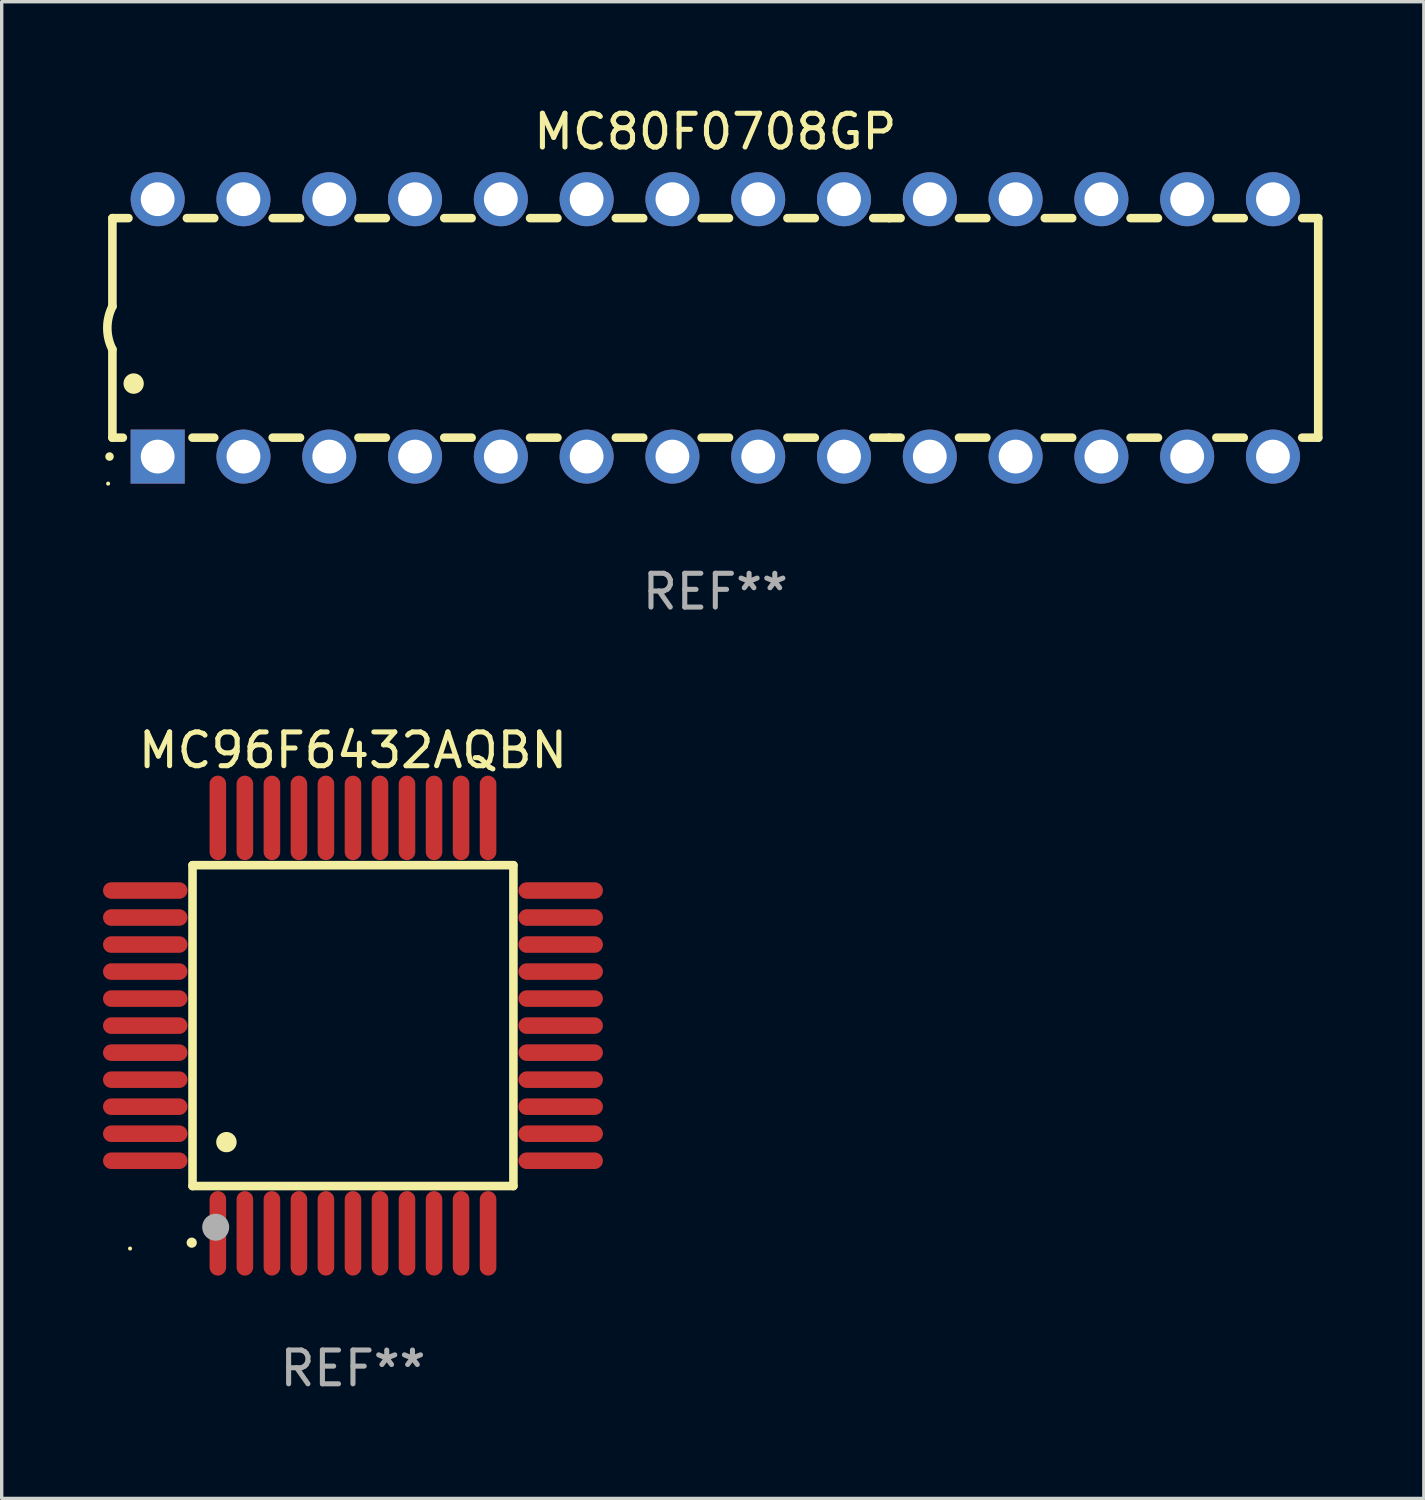
<source format=kicad_pcb>
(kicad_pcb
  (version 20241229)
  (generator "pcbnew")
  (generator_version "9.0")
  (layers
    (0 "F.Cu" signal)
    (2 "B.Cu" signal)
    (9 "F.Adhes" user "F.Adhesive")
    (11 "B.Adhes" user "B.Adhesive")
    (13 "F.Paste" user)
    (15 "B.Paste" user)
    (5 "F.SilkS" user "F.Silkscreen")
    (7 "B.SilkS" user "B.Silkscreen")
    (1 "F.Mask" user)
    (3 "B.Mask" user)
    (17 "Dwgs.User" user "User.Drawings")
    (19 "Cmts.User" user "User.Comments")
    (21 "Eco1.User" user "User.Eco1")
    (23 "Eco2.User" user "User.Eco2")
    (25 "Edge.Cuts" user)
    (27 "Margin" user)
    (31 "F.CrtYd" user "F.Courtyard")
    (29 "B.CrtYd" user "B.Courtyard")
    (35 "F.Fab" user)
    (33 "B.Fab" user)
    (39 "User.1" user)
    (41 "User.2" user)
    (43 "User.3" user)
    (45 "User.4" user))
  (footprint "MC96F6432AQBN"
    (layer "F.Cu")
    (at 7.4 27.315)
    (property "Reference" "MC96F6432AQBN" (at 0 -8.15 0) (layer "F.SilkS") (effects (font (size 1 1) (thickness 0.15))))
    (attr through_hole)
    (fp_line (start -4.75 -4.75) (end 4.75 -4.75) (stroke (width 0.254) (type solid)) (layer "F.SilkS"))
    (fp_line (start -4.75 4.75) (end -4.75 -4.75) (stroke (width 0.254) (type solid)) (layer "F.SilkS"))
    (fp_line (start 4.75 -4.75) (end 4.75 4.75) (stroke (width 0.254) (type solid)) (layer "F.SilkS"))
    (fp_line (start 4.75 4.75) (end -4.75 4.75) (stroke (width 0.254) (type solid)) (layer "F.SilkS"))
    (fp_arc (start -4.77521 6.426213) (mid -4.77394 6.426208) (end -4.77267 6.426213) (stroke (width 0.3) (type solid)) (layer "F.SilkS"))
    (fp_arc (start -3.749047 3.449327) (mid -3.746507 3.449316) (end -3.743967 3.449327) (stroke (width 0.6) (type solid)) (layer "F.SilkS"))
    (fp_circle (center -6.6 6.6) (end -6.57 6.6) (stroke (width 0.06) (type solid)) (fill no) (layer "F.SilkS"))
    (fp_circle (center -4.064 5.969) (end -3.864 5.969) (stroke (width 0.4) (type solid)) (fill no) (layer "F.Fab"))
    (fp_text user "REF**" (at 0 10.15 0) (layer "F.Fab") (effects (font (size 1 1) (thickness 0.15))))
    (pad "1" smd oval (at -4 6.15) (size 0.49 2.5) (layers "F.Cu" "F.Mask" "F.Paste"))
    (pad "2" smd oval (at -3.2 6.15) (size 0.49 2.5) (layers "F.Cu" "F.Mask" "F.Paste"))
    (pad "3" smd oval (at -2.4 6.15) (size 0.49 2.5) (layers "F.Cu" "F.Mask" "F.Paste"))
    (pad "4" smd oval (at -1.6 6.15) (size 0.49 2.5) (layers "F.Cu" "F.Mask" "F.Paste"))
    (pad "5" smd oval (at -0.8 6.15) (size 0.49 2.5) (layers "F.Cu" "F.Mask" "F.Paste"))
    (pad "6" smd oval (at 0 6.15) (size 0.49 2.5) (layers "F.Cu" "F.Mask" "F.Paste"))
    (pad "7" smd oval (at 0.8 6.15) (size 0.49 2.5) (layers "F.Cu" "F.Mask" "F.Paste"))
    (pad "8" smd oval (at 1.6 6.15) (size 0.49 2.5) (layers "F.Cu" "F.Mask" "F.Paste"))
    (pad "9" smd oval (at 2.4 6.15) (size 0.49 2.5) (layers "F.Cu" "F.Mask" "F.Paste"))
    (pad "10" smd oval (at 3.2 6.15) (size 0.49 2.5) (layers "F.Cu" "F.Mask" "F.Paste"))
    (pad "11" smd oval (at 4 6.15) (size 0.49 2.5) (layers "F.Cu" "F.Mask" "F.Paste"))
    (pad "12" smd oval (at 6.15 4) (size 2.5 0.49) (layers "F.Cu" "F.Mask" "F.Paste"))
    (pad "13" smd oval (at 6.15 3.2) (size 2.5 0.49) (layers "F.Cu" "F.Mask" "F.Paste"))
    (pad "14" smd oval (at 6.15 2.4) (size 2.5 0.49) (layers "F.Cu" "F.Mask" "F.Paste"))
    (pad "15" smd oval (at 6.15 1.6) (size 2.5 0.49) (layers "F.Cu" "F.Mask" "F.Paste"))
    (pad "16" smd oval (at 6.15 0.8) (size 2.5 0.49) (layers "F.Cu" "F.Mask" "F.Paste"))
    (pad "17" smd oval (at 6.15 0) (size 2.5 0.49) (layers "F.Cu" "F.Mask" "F.Paste"))
    (pad "18" smd oval (at 6.15 -0.8) (size 2.5 0.49) (layers "F.Cu" "F.Mask" "F.Paste"))
    (pad "19" smd oval (at 6.15 -1.6) (size 2.5 0.49) (layers "F.Cu" "F.Mask" "F.Paste"))
    (pad "20" smd oval (at 6.15 -2.4) (size 2.5 0.49) (layers "F.Cu" "F.Mask" "F.Paste"))
    (pad "21" smd oval (at 6.15 -3.2) (size 2.5 0.49) (layers "F.Cu" "F.Mask" "F.Paste"))
    (pad "22" smd oval (at 6.15 -4) (size 2.5 0.49) (layers "F.Cu" "F.Mask" "F.Paste"))
    (pad "23" smd oval (at 4 -6.15) (size 0.49 2.5) (layers "F.Cu" "F.Mask" "F.Paste"))
    (pad "24" smd oval (at 3.2 -6.15) (size 0.49 2.5) (layers "F.Cu" "F.Mask" "F.Paste"))
    (pad "25" smd oval (at 2.4 -6.15) (size 0.49 2.5) (layers "F.Cu" "F.Mask" "F.Paste"))
    (pad "26" smd oval (at 1.6 -6.15) (size 0.49 2.5) (layers "F.Cu" "F.Mask" "F.Paste"))
    (pad "27" smd oval (at 0.8 -6.15) (size 0.49 2.5) (layers "F.Cu" "F.Mask" "F.Paste"))
    (pad "28" smd oval (at 0 -6.15) (size 0.49 2.5) (layers "F.Cu" "F.Mask" "F.Paste"))
    (pad "29" smd oval (at -0.8 -6.15) (size 0.49 2.5) (layers "F.Cu" "F.Mask" "F.Paste"))
    (pad "30" smd oval (at -1.6 -6.15) (size 0.49 2.5) (layers "F.Cu" "F.Mask" "F.Paste"))
    (pad "31" smd oval (at -2.4 -6.15) (size 0.49 2.5) (layers "F.Cu" "F.Mask" "F.Paste"))
    (pad "32" smd oval (at -3.2 -6.15) (size 0.49 2.5) (layers "F.Cu" "F.Mask" "F.Paste"))
    (pad "33" smd oval (at -4 -6.15) (size 0.49 2.5) (layers "F.Cu" "F.Mask" "F.Paste"))
    (pad "34" smd oval (at -6.15 -4) (size 2.5 0.49) (layers "F.Cu" "F.Mask" "F.Paste"))
    (pad "35" smd oval (at -6.15 -3.2) (size 2.5 0.49) (layers "F.Cu" "F.Mask" "F.Paste"))
    (pad "36" smd oval (at -6.15 -2.4) (size 2.5 0.49) (layers "F.Cu" "F.Mask" "F.Paste"))
    (pad "37" smd oval (at -6.15 -1.6) (size 2.5 0.49) (layers "F.Cu" "F.Mask" "F.Paste"))
    (pad "38" smd oval (at -6.15 -0.8) (size 2.5 0.49) (layers "F.Cu" "F.Mask" "F.Paste"))
    (pad "39" smd oval (at -6.15 0) (size 2.5 0.49) (layers "F.Cu" "F.Mask" "F.Paste"))
    (pad "40" smd oval (at -6.15 0.8) (size 2.5 0.49) (layers "F.Cu" "F.Mask" "F.Paste"))
    (pad "41" smd oval (at -6.15 1.6) (size 2.5 0.49) (layers "F.Cu" "F.Mask" "F.Paste"))
    (pad "42" smd oval (at -6.15 2.4) (size 2.5 0.49) (layers "F.Cu" "F.Mask" "F.Paste"))
    (pad "43" smd oval (at -6.15 3.2) (size 2.5 0.49) (layers "F.Cu" "F.Mask" "F.Paste"))
    (pad "44" smd oval (at -6.15 4) (size 2.5 0.49) (layers "F.Cu" "F.Mask" "F.Paste")))
  (footprint "MC80F0708GP"
    (layer "F.Cu")
    (at 18.128 6.658)
    (property "Reference" "MC80F0708GP" (at 0 -5.81 0) (layer "F.SilkS") (effects (font (size 1 1) (thickness 0.15))))
    (attr through_hole)
    (fp_line (start -17.85 -3.25) (end -17.85 -0.635) (stroke (width 0.254) (type solid)) (layer "F.SilkS"))
    (fp_line (start -17.85 3.25) (end -17.85 0.635) (stroke (width 0.254) (type solid)) (layer "F.SilkS"))
    (fp_line (start -17.85 3.25) (end -17.541 3.25) (stroke (width 0.254) (type solid)) (layer "F.SilkS"))
    (fp_line (start -17.375 -3.25) (end -17.85 -3.25) (stroke (width 0.254) (type solid)) (layer "F.SilkS"))
    (fp_line (start -15.479 3.25) (end -14.835 3.25) (stroke (width 0.254) (type solid)) (layer "F.SilkS"))
    (fp_line (start -14.835 -3.25) (end -15.645 -3.25) (stroke (width 0.254) (type solid)) (layer "F.SilkS"))
    (fp_line (start -13.105 3.25) (end -12.295 3.25) (stroke (width 0.254) (type solid)) (layer "F.SilkS"))
    (fp_line (start -12.295 -3.25) (end -13.105 -3.25) (stroke (width 0.254) (type solid)) (layer "F.SilkS"))
    (fp_line (start -10.565 3.25) (end -9.755 3.25) (stroke (width 0.254) (type solid)) (layer "F.SilkS"))
    (fp_line (start -9.755 -3.25) (end -10.565 -3.25) (stroke (width 0.254) (type solid)) (layer "F.SilkS"))
    (fp_line (start -8.025 3.25) (end -7.215 3.25) (stroke (width 0.254) (type solid)) (layer "F.SilkS"))
    (fp_line (start -7.215 -3.25) (end -8.025 -3.25) (stroke (width 0.254) (type solid)) (layer "F.SilkS"))
    (fp_line (start -5.485 3.25) (end -4.675 3.25) (stroke (width 0.254) (type solid)) (layer "F.SilkS"))
    (fp_line (start -4.675 -3.25) (end -5.485 -3.25) (stroke (width 0.254) (type solid)) (layer "F.SilkS"))
    (fp_line (start -2.945 3.25) (end -2.135 3.25) (stroke (width 0.254) (type solid)) (layer "F.SilkS"))
    (fp_line (start -2.135 -3.25) (end -2.945 -3.25) (stroke (width 0.254) (type solid)) (layer "F.SilkS"))
    (fp_line (start -0.405 3.25) (end 0.405 3.25) (stroke (width 0.254) (type solid)) (layer "F.SilkS"))
    (fp_line (start 0.405 -3.25) (end -0.405 -3.25) (stroke (width 0.254) (type solid)) (layer "F.SilkS"))
    (fp_line (start 2.135 3.25) (end 2.945 3.25) (stroke (width 0.254) (type solid)) (layer "F.SilkS"))
    (fp_line (start 2.945 -3.25) (end 2.135 -3.25) (stroke (width 0.254) (type solid)) (layer "F.SilkS"))
    (fp_line (start 4.675 3.25) (end 5.15 3.25) (stroke (width 0.254) (type solid)) (layer "F.SilkS"))
    (fp_line (start 5.15 -3.25) (end 4.675 -3.25) (stroke (width 0.254) (type solid)) (layer "F.SilkS"))
    (fp_line (start 5.15 -3.25) (end 5.485 -3.25) (stroke (width 0.254) (type solid)) (layer "F.SilkS"))
    (fp_line (start 5.15 3.25) (end 5.485 3.25) (stroke (width 0.254) (type solid)) (layer "F.SilkS"))
    (fp_line (start 7.215 -3.25) (end 8.025 -3.25) (stroke (width 0.254) (type solid)) (layer "F.SilkS"))
    (fp_line (start 7.215 3.25) (end 8.025 3.25) (stroke (width 0.254) (type solid)) (layer "F.SilkS"))
    (fp_line (start 9.755 -3.25) (end 10.565 -3.25) (stroke (width 0.254) (type solid)) (layer "F.SilkS"))
    (fp_line (start 9.755 3.25) (end 10.565 3.25) (stroke (width 0.254) (type solid)) (layer "F.SilkS"))
    (fp_line (start 12.295 -3.25) (end 13.105 -3.25) (stroke (width 0.254) (type solid)) (layer "F.SilkS"))
    (fp_line (start 12.295 3.25) (end 13.105 3.25) (stroke (width 0.254) (type solid)) (layer "F.SilkS"))
    (fp_line (start 14.835 -3.25) (end 15.645 -3.25) (stroke (width 0.254) (type solid)) (layer "F.SilkS"))
    (fp_line (start 14.835 3.25) (end 15.645 3.25) (stroke (width 0.254) (type solid)) (layer "F.SilkS"))
    (fp_line (start 17.375 -3.25) (end 17.85 -3.25) (stroke (width 0.254) (type solid)) (layer "F.SilkS"))
    (fp_line (start 17.375 3.25) (end 17.85 3.25) (stroke (width 0.254) (type solid)) (layer "F.SilkS"))
    (fp_line (start 17.85 -3.25) (end 17.85 3.25) (stroke (width 0.254) (type solid)) (layer "F.SilkS"))
    (fp_arc (start -17.934976 3.810008) (mid -17.934983 3.808738) (end -17.934976 3.807468) (stroke (width 0.25) (type solid)) (layer "F.SilkS"))
    (fp_arc (start -17.851155 0.635002) (mid -18.000677 -0.000132) (end -17.850038 -0.635001) (stroke (width 0.254001) (type solid)) (layer "F.SilkS"))
    (fp_arc (start -17.221234 1.651003) (mid -17.221245 1.648463) (end -17.221234 1.645923) (stroke (width 0.6) (type solid)) (layer "F.SilkS"))
    (fp_circle (center -17.977 4.61) (end -17.947 4.61) (stroke (width 0.06) (type solid)) (fill no) (layer "F.SilkS"))
    (fp_text user "REF**" (at 0 7.81 0) (layer "F.Fab") (effects (font (size 1 1) (thickness 0.15))))
    (pad "1" thru_hole rect (at -16.51 3.81 90) (size 1.6 1.6) (drill 1) (layers "*.Cu" "*.Mask"))
    (pad "2" thru_hole circle (at -13.97 3.81 90) (size 1.6 1.6) (drill 1) (layers "*.Cu" "*.Mask"))
    (pad "3" thru_hole circle (at -11.43 3.81 90) (size 1.6 1.6) (drill 1) (layers "*.Cu" "*.Mask"))
    (pad "4" thru_hole circle (at -8.89 3.81 90) (size 1.6 1.6) (drill 1) (layers "*.Cu" "*.Mask"))
    (pad "5" thru_hole circle (at -6.35 3.81 90) (size 1.6 1.6) (drill 1) (layers "*.Cu" "*.Mask"))
    (pad "6" thru_hole circle (at -3.81 3.81 90) (size 1.6 1.6) (drill 1) (layers "*.Cu" "*.Mask"))
    (pad "7" thru_hole circle (at -1.27 3.81 90) (size 1.6 1.6) (drill 1) (layers "*.Cu" "*.Mask"))
    (pad "8" thru_hole circle (at 1.27 3.81 90) (size 1.6 1.6) (drill 1) (layers "*.Cu" "*.Mask"))
    (pad "9" thru_hole circle (at 3.81 3.81 90) (size 1.6 1.6) (drill 1) (layers "*.Cu" "*.Mask"))
    (pad "10" thru_hole circle (at 6.35 3.81 90) (size 1.6 1.6) (drill 1) (layers "*.Cu" "*.Mask"))
    (pad "11" thru_hole circle (at 8.89 3.81 90) (size 1.6 1.6) (drill 1) (layers "*.Cu" "*.Mask"))
    (pad "12" thru_hole circle (at 11.43 3.81 90) (size 1.6 1.6) (drill 1) (layers "*.Cu" "*.Mask"))
    (pad "13" thru_hole circle (at 13.97 3.81 90) (size 1.6 1.6) (drill 1) (layers "*.Cu" "*.Mask"))
    (pad "14" thru_hole circle (at 16.51 3.81 90) (size 1.6 1.6) (drill 1) (layers "*.Cu" "*.Mask"))
    (pad "15" thru_hole circle (at 16.51 -3.81 90) (size 1.6 1.6) (drill 1) (layers "*.Cu" "*.Mask"))
    (pad "16" thru_hole circle (at 13.97 -3.81 90) (size 1.6 1.6) (drill 1) (layers "*.Cu" "*.Mask"))
    (pad "17" thru_hole circle (at 11.43 -3.81 90) (size 1.6 1.6) (drill 1) (layers "*.Cu" "*.Mask"))
    (pad "18" thru_hole circle (at 8.89 -3.81 90) (size 1.6 1.6) (drill 1) (layers "*.Cu" "*.Mask"))
    (pad "19" thru_hole circle (at 6.35 -3.81 90) (size 1.6 1.6) (drill 1) (layers "*.Cu" "*.Mask"))
    (pad "20" thru_hole circle (at 3.81 -3.81 90) (size 1.6 1.6) (drill 1) (layers "*.Cu" "*.Mask"))
    (pad "21" thru_hole circle (at 1.27 -3.81 90) (size 1.6 1.6) (drill 1) (layers "*.Cu" "*.Mask"))
    (pad "22" thru_hole circle (at -1.27 -3.81 90) (size 1.6 1.6) (drill 1) (layers "*.Cu" "*.Mask"))
    (pad "23" thru_hole circle (at -3.81 -3.81 90) (size 1.6 1.6) (drill 1) (layers "*.Cu" "*.Mask"))
    (pad "24" thru_hole circle (at -6.35 -3.81 90) (size 1.6 1.6) (drill 1) (layers "*.Cu" "*.Mask"))
    (pad "25" thru_hole circle (at -8.89 -3.81 90) (size 1.6 1.6) (drill 1) (layers "*.Cu" "*.Mask"))
    (pad "26" thru_hole circle (at -11.43 -3.81 90) (size 1.6 1.6) (drill 1) (layers "*.Cu" "*.Mask"))
    (pad "27" thru_hole circle (at -13.97 -3.81 90) (size 1.6 1.6) (drill 1) (layers "*.Cu" "*.Mask"))
    (pad "28" thru_hole circle (at -16.51 -3.81 90) (size 1.6 1.6) (drill 1) (layers "*.Cu" "*.Mask")))
  (gr_rect
    (start -3 -3)
    (end 39.105 41.313)
    (stroke (width 0.1) (type default))
    (fill no)
    (layer "Edge.Cuts")))
</source>
